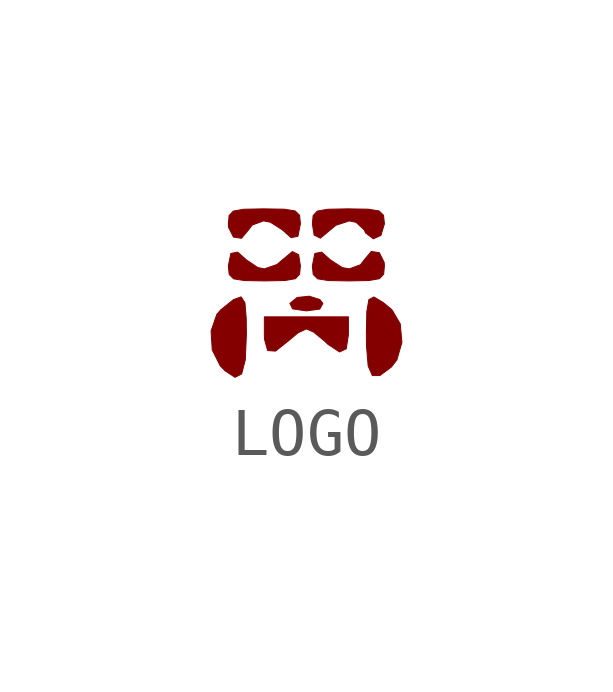
<source format=kicad_sym>
(kicad_symbol_lib
  (version 20220914)
  (generator "bitmap2component")
  (generator_version "9.0")
  (symbol "LOGO"
    (pin_names
      (offset 1.016))
    (property "Reference" "#G"
      (at 0 2.368 0)
      (effects (font (size 1.27 1.27)) hide))
    (symbol "LOGO_0_0"
      (polyline (pts (xy -1.35 -1.815) (xy -1.274 -1.522) (xy -1.251 -0.994) (xy -1.254 -0.665) (xy -1.281 -0.333) (xy -1.361 -0.208) (xy -1.519 -0.265) (xy -1.783 -0.476) (xy -1.868 -0.574) (xy -1.987 -0.919) (xy -1.963 -1.315) (xy -1.795 -1.648) (xy -1.699 -1.747) (xy -1.488 -1.886) (xy -1.35 -1.815)) (stroke (width 0.01) (type default)) (fill (type outline)))
      (polyline (pts (xy 1.532 -1.849) (xy 1.773 -1.67) (xy 1.887 -1.522) (xy 1.992 -1.157) (xy 1.957 -0.771) (xy 1.783 -0.476) (xy 1.602 -0.326) (xy 1.408 -0.21) (xy 1.303 -0.265) (xy 1.26 -0.517) (xy 1.251 -0.994) (xy 1.254 -1.235) (xy 1.289 -1.652) (xy 1.376 -1.849) (xy 1.532 -1.849)) (stroke (width 0.01) (type default)) (fill (type outline)))
      (polyline (pts (xy 0.831 -1.292) (xy 0.876 -1.001) (xy 0.876 -0.625) (xy -0.000100 -0.625) (xy -0.876 -0.625) (xy -0.876 -1.001) (xy -0.874 -1.089) (xy -0.808 -1.327) (xy -0.644 -1.339) (xy -0.376 -1.126) (xy -0.173 -0.957) (xy -0.000100 -0.876) (xy 0.151 -0.942) (xy 0.375 -1.126) (xy 0.448 -1.196) (xy 0.691 -1.357) (xy 0.831 -1.292)) (stroke (width 0.01) (type default)) (fill (type outline)))
      (polyline (pts (xy 0.279 -0.463) (xy 0.344 -0.344) (xy 0.281 -0.264) (xy 0.059 -0.194) (xy -0.193 -0.221) (xy -0.344 -0.344) (xy -0.287 -0.459) (xy -0.000100 -0.5) (xy 0.279 -0.463)) (stroke (width 0.01) (type default)) (fill (type outline)))
      (polyline (pts (xy -0.445 0.133) (xy -0.228 0.171) (xy -0.141 0.265) (xy -0.125 0.438) (xy -0.162 0.672) (xy -0.292 0.736) (xy -0.501 0.563) (xy -0.614 0.466) (xy -0.876 0.376) (xy -1.013 0.403) (xy -1.251 0.563) (xy -1.433 0.725) (xy -1.575 0.697) (xy -1.627 0.438) (xy -1.627 0.427) (xy -1.609 0.258) (xy -1.517 0.168) (xy -1.292 0.132) (xy -0.876 0.125) (xy -0.85 0.125) (xy -0.445 0.133)) (stroke (width 0.01) (type default)) (fill (type outline)))
      (polyline (pts (xy 1.307 0.133) (xy 1.524 0.171) (xy 1.611 0.265) (xy 1.627 0.438) (xy 1.622 0.511) (xy 1.521 0.713) (xy 1.354 0.739) (xy 1.206 0.563) (xy 1.129 0.462) (xy 0.895 0.376) (xy 0.75 0.402) (xy 0.5 0.563) (xy 0.319 0.725) (xy 0.176 0.697) (xy 0.125 0.438) (xy 0.125 0.427) (xy 0.143 0.258) (xy 0.235 0.168) (xy 0.46 0.132) (xy 0.876 0.125) (xy 0.902 0.125) (xy 1.307 0.133)) (stroke (width 0.01) (type default)) (fill (type outline)))
      (polyline (pts (xy -1.206 1.189) (xy -1.129 1.29) (xy -0.895 1.376) (xy -0.75 1.349) (xy -0.501 1.189) (xy -0.319 1.027) (xy -0.176 1.055) (xy -0.125 1.314) (xy -0.125 1.325) (xy -0.143 1.494) (xy -0.235 1.584) (xy -0.46 1.62) (xy -0.876 1.627) (xy -0.902 1.627) (xy -1.307 1.619) (xy -1.524 1.581) (xy -1.611 1.487) (xy -1.627 1.314) (xy -1.622 1.241) (xy -1.521 1.039) (xy -1.354 1.013) (xy -1.206 1.189)) (stroke (width 0.01) (type default)) (fill (type outline)))
      (polyline (pts (xy 1.554 1.073) (xy 1.627 1.314) (xy 1.627 1.325) (xy 1.608 1.494) (xy 1.516 1.584) (xy 1.292 1.62) (xy 0.876 1.627) (xy 0.85 1.627) (xy 0.444 1.619) (xy 0.228 1.581) (xy 0.141 1.487) (xy 0.125 1.314) (xy 0.162 1.08) (xy 0.292 1.016) (xy 0.5 1.189) (xy 0.615 1.285) (xy 0.895 1.376) (xy 1.035 1.347) (xy 1.206 1.189) (xy 1.235 1.126) (xy 1.396 1.002) (xy 1.554 1.073)) (stroke (width 0.01) (type default)) (fill (type outline))))))
</source>
